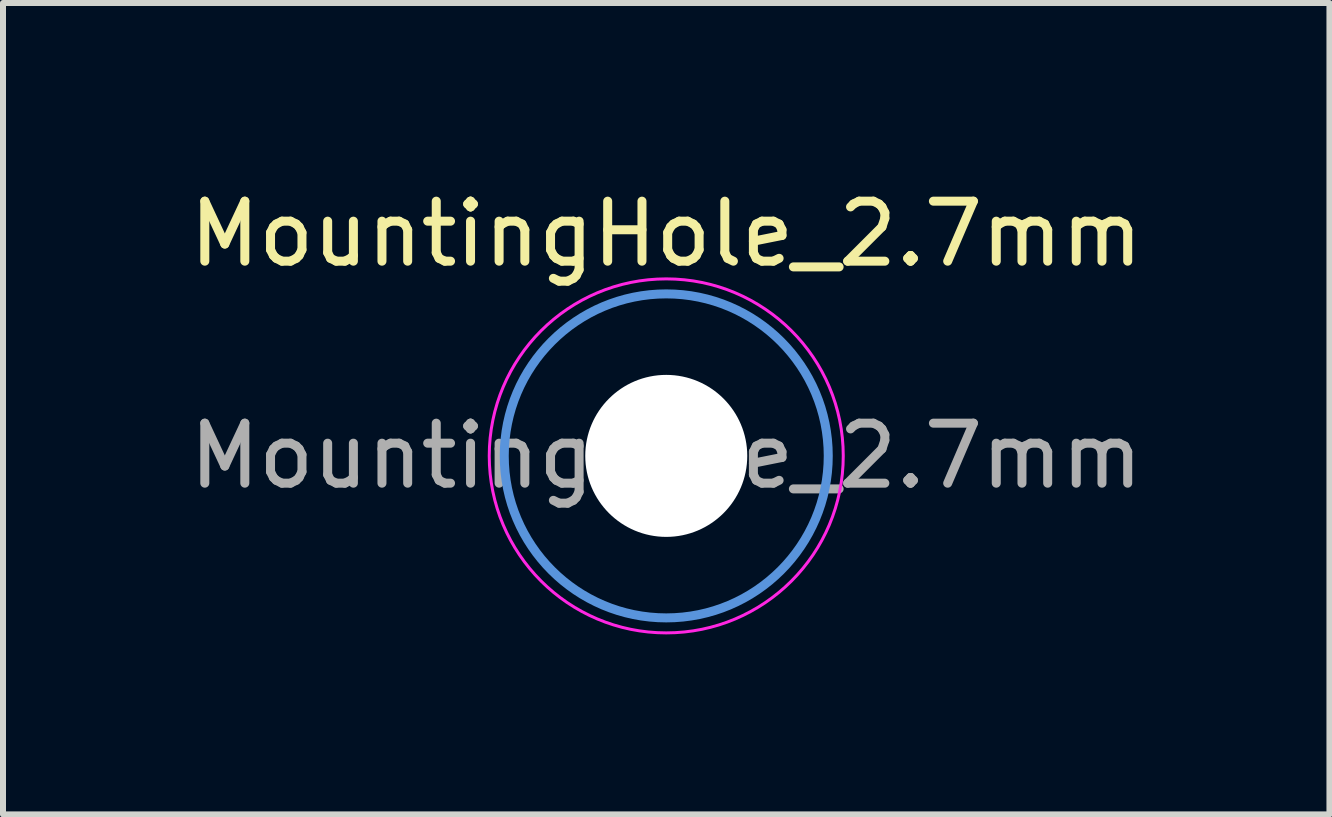
<source format=kicad_pcb>
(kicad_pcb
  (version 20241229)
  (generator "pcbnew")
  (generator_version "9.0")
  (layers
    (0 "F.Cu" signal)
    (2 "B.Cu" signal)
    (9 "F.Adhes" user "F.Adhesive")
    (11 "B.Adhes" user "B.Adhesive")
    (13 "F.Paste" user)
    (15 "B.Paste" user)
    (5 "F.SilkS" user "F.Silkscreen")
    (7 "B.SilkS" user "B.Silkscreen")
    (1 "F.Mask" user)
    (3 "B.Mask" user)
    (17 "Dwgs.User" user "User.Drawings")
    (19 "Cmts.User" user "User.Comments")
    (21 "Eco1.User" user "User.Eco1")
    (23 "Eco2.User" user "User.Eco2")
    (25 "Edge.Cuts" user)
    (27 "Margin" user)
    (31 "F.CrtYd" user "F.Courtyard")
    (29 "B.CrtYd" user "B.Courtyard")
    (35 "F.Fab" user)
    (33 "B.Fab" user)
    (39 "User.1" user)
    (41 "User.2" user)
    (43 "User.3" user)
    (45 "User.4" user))
  (footprint "MountingHole_2.7mm"
    (layer "F.Cu")
    (at 8.054 4.548)
    (property "Reference" "MountingHole_2.7mm" (at 0 -3.7 0) (layer "F.SilkS") (effects (font (size 1 1) (thickness 0.15))))
    (attr exclude_from_pos_files exclude_from_bom)
    (fp_circle (center 0 0) (end 2.7 0) (stroke (width 0.15) (type solid)) (fill no) (layer "Cmts.User"))
    (fp_circle (center 0 0) (end 2.95 0) (stroke (width 0.05) (type solid)) (fill no) (layer "F.CrtYd"))
    (fp_text user "${REFERENCE}" (at 0 0 0) (layer "F.Fab") (effects (font (size 1 1) (thickness 0.15))))
    (pad "" np_thru_hole circle (at 0 0) (size 2.7 2.7) (drill 2.7) (layers "*.Cu" "*.Mask"))
    (zone (net_name "") (layers "F.Cu" "B.Cu") (hatch edge 0.5) (connect_pads) (min_thickness 0.25) (filled_areas_thickness no) (keepout (tracks not_allowed) (vias allowed) (pads allowed) (copperpour not_allowed) (footprints allowed)) (placement (enabled no)) (fill) (polygon (pts (xy 10.418 4.393) (xy 10.378 4.086) (xy 10.298 3.786) (xy 10.179 3.5) (xy 10.024 3.232) (xy 9.835 2.986) (xy 9.616 2.766) (xy 9.37 2.578) (xy 9.102 2.423) (xy 8.815 2.304) (xy 8.516 2.224) (xy 8.209 2.183) (xy 7.899 2.183) (xy 7.591 2.224) (xy 7.292 2.304) (xy 7.005 2.423) (xy 6.737 2.578) (xy 6.491 2.766) (xy 6.272 2.986) (xy 6.083 3.232) (xy 5.928 3.5) (xy 5.809 3.786) (xy 5.729 4.086) (xy 5.689 4.393) (xy 5.689 4.703) (xy 5.729 5.011) (xy 5.809 5.31) (xy 5.928 5.596) (xy 6.083 5.865) (xy 6.272 6.111) (xy 6.491 6.33) (xy 6.737 6.519) (xy 7.005 6.674) (xy 7.292 6.792) (xy 7.591 6.873) (xy 7.899 6.913) (xy 8.209 6.913) (xy 8.516 6.873) (xy 8.815 6.792) (xy 9.102 6.674) (xy 9.37 6.519) (xy 9.616 6.33) (xy 9.835 6.111) (xy 10.024 5.865) (xy 10.179 5.596) (xy 10.298 5.31) (xy 10.378 5.011) (xy 10.418 4.703)))))
  (gr_rect
    (start -3 -3)
    (end 19.107 10.523)
    (stroke (width 0.1) (type default))
    (fill no)
    (layer "Edge.Cuts")))
</source>
